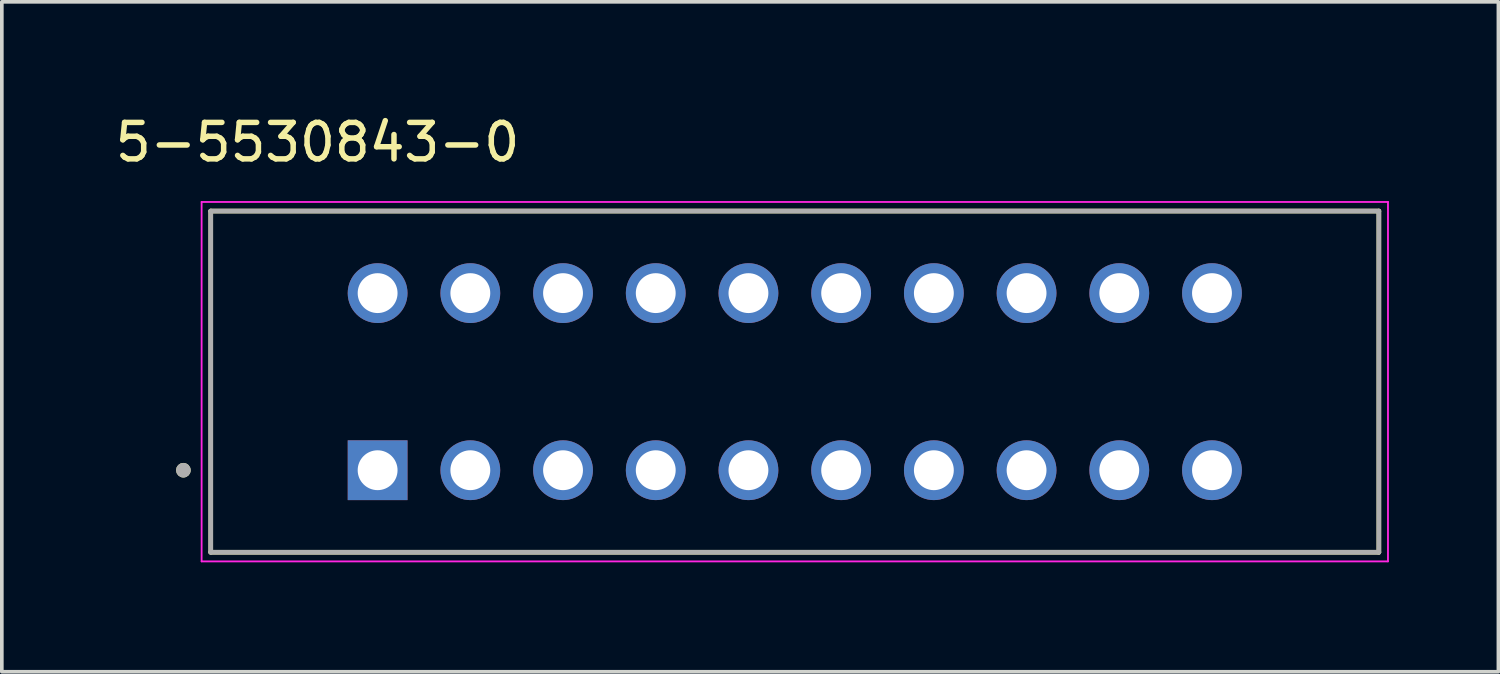
<source format=kicad_pcb>
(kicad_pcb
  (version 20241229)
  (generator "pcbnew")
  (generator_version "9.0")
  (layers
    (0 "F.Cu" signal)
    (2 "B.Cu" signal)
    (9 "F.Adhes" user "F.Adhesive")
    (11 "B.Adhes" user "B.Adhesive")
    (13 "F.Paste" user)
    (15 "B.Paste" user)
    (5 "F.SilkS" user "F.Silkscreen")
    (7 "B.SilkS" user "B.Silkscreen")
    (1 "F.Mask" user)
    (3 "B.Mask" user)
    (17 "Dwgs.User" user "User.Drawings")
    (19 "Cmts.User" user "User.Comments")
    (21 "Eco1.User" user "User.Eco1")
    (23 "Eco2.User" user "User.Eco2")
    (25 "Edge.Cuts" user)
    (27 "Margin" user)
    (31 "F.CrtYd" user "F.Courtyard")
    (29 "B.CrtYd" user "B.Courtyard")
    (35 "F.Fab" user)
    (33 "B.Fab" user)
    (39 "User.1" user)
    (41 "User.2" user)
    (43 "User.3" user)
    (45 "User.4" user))
  (footprint "5-5530843-0"
    (layer "F.Cu")
    (at 18.726 7.407)
    (property "Reference" "5-5530843-0" (at -13.077 -6.559 0) (layer "F.SilkS") (effects (font (size 1 1) (thickness 0.15))))
    (attr through_hole)
    (fp_line (start -16.002 -4.674) (end 16.002 -4.674) (stroke (width 0.127) (type solid)) (layer "F.SilkS"))
    (fp_line (start -16.002 4.674) (end -16.002 -4.674) (stroke (width 0.127) (type solid)) (layer "F.SilkS"))
    (fp_line (start 16.002 -4.674) (end 16.002 4.674) (stroke (width 0.127) (type solid)) (layer "F.SilkS"))
    (fp_line (start 16.002 4.674) (end -16.002 4.674) (stroke (width 0.127) (type solid)) (layer "F.SilkS"))
    (fp_circle (center -16.752 2.426) (end -16.652 2.426) (stroke (width 0.2) (type solid)) (fill no) (layer "F.SilkS"))
    (fp_line (start -16.252 -4.924) (end -16.252 4.924) (stroke (width 0.05) (type solid)) (layer "F.CrtYd"))
    (fp_line (start -16.252 4.924) (end 16.252 4.924) (stroke (width 0.05) (type solid)) (layer "F.CrtYd"))
    (fp_line (start 16.252 -4.924) (end -16.252 -4.924) (stroke (width 0.05) (type solid)) (layer "F.CrtYd"))
    (fp_line (start 16.252 4.924) (end 16.252 -4.924) (stroke (width 0.05) (type solid)) (layer "F.CrtYd"))
    (fp_line (start -16.002 -4.674) (end 16.002 -4.674) (stroke (width 0.127) (type solid)) (layer "F.Fab"))
    (fp_line (start -16.002 4.674) (end -16.002 -4.674) (stroke (width 0.127) (type solid)) (layer "F.Fab"))
    (fp_line (start 16.002 -4.674) (end 16.002 4.674) (stroke (width 0.127) (type solid)) (layer "F.Fab"))
    (fp_line (start 16.002 4.674) (end -16.002 4.674) (stroke (width 0.127) (type solid)) (layer "F.Fab"))
    (fp_circle (center -16.752 2.426) (end -16.652 2.426) (stroke (width 0.2) (type solid)) (fill no) (layer "F.Fab"))
    (pad "1" thru_hole rect (at -11.43 2.426) (size 1.638 1.638) (drill 1.092) (layers "*.Cu" "*.Mask"))
    (pad "2" thru_hole circle (at -11.43 -2.426) (size 1.638 1.638) (drill 1.092) (layers "*.Cu" "*.Mask"))
    (pad "3" thru_hole circle (at -8.89 2.426) (size 1.638 1.638) (drill 1.092) (layers "*.Cu" "*.Mask"))
    (pad "4" thru_hole circle (at -8.89 -2.426) (size 1.638 1.638) (drill 1.092) (layers "*.Cu" "*.Mask"))
    (pad "5" thru_hole circle (at -6.35 2.426) (size 1.638 1.638) (drill 1.092) (layers "*.Cu" "*.Mask"))
    (pad "6" thru_hole circle (at -6.35 -2.426) (size 1.638 1.638) (drill 1.092) (layers "*.Cu" "*.Mask"))
    (pad "7" thru_hole circle (at -3.81 2.426) (size 1.638 1.638) (drill 1.092) (layers "*.Cu" "*.Mask"))
    (pad "8" thru_hole circle (at -3.81 -2.426) (size 1.638 1.638) (drill 1.092) (layers "*.Cu" "*.Mask"))
    (pad "9" thru_hole circle (at -1.27 2.426) (size 1.638 1.638) (drill 1.092) (layers "*.Cu" "*.Mask"))
    (pad "10" thru_hole circle (at -1.27 -2.426) (size 1.638 1.638) (drill 1.092) (layers "*.Cu" "*.Mask"))
    (pad "11" thru_hole circle (at 1.27 2.426) (size 1.638 1.638) (drill 1.092) (layers "*.Cu" "*.Mask"))
    (pad "12" thru_hole circle (at 1.27 -2.426) (size 1.638 1.638) (drill 1.092) (layers "*.Cu" "*.Mask"))
    (pad "13" thru_hole circle (at 3.81 2.426) (size 1.638 1.638) (drill 1.092) (layers "*.Cu" "*.Mask"))
    (pad "14" thru_hole circle (at 3.81 -2.426) (size 1.638 1.638) (drill 1.092) (layers "*.Cu" "*.Mask"))
    (pad "15" thru_hole circle (at 6.35 2.426) (size 1.638 1.638) (drill 1.092) (layers "*.Cu" "*.Mask"))
    (pad "16" thru_hole circle (at 6.35 -2.426) (size 1.638 1.638) (drill 1.092) (layers "*.Cu" "*.Mask"))
    (pad "17" thru_hole circle (at 8.89 2.426) (size 1.638 1.638) (drill 1.092) (layers "*.Cu" "*.Mask"))
    (pad "18" thru_hole circle (at 8.89 -2.426) (size 1.638 1.638) (drill 1.092) (layers "*.Cu" "*.Mask"))
    (pad "19" thru_hole circle (at 11.43 2.426) (size 1.638 1.638) (drill 1.092) (layers "*.Cu" "*.Mask"))
    (pad "20" thru_hole circle (at 11.43 -2.426) (size 1.638 1.638) (drill 1.092) (layers "*.Cu" "*.Mask")))
  (gr_rect
    (start -3 -3)
    (end 38.003 15.355)
    (stroke (width 0.1) (type default))
    (fill no)
    (layer "Edge.Cuts")))
</source>
